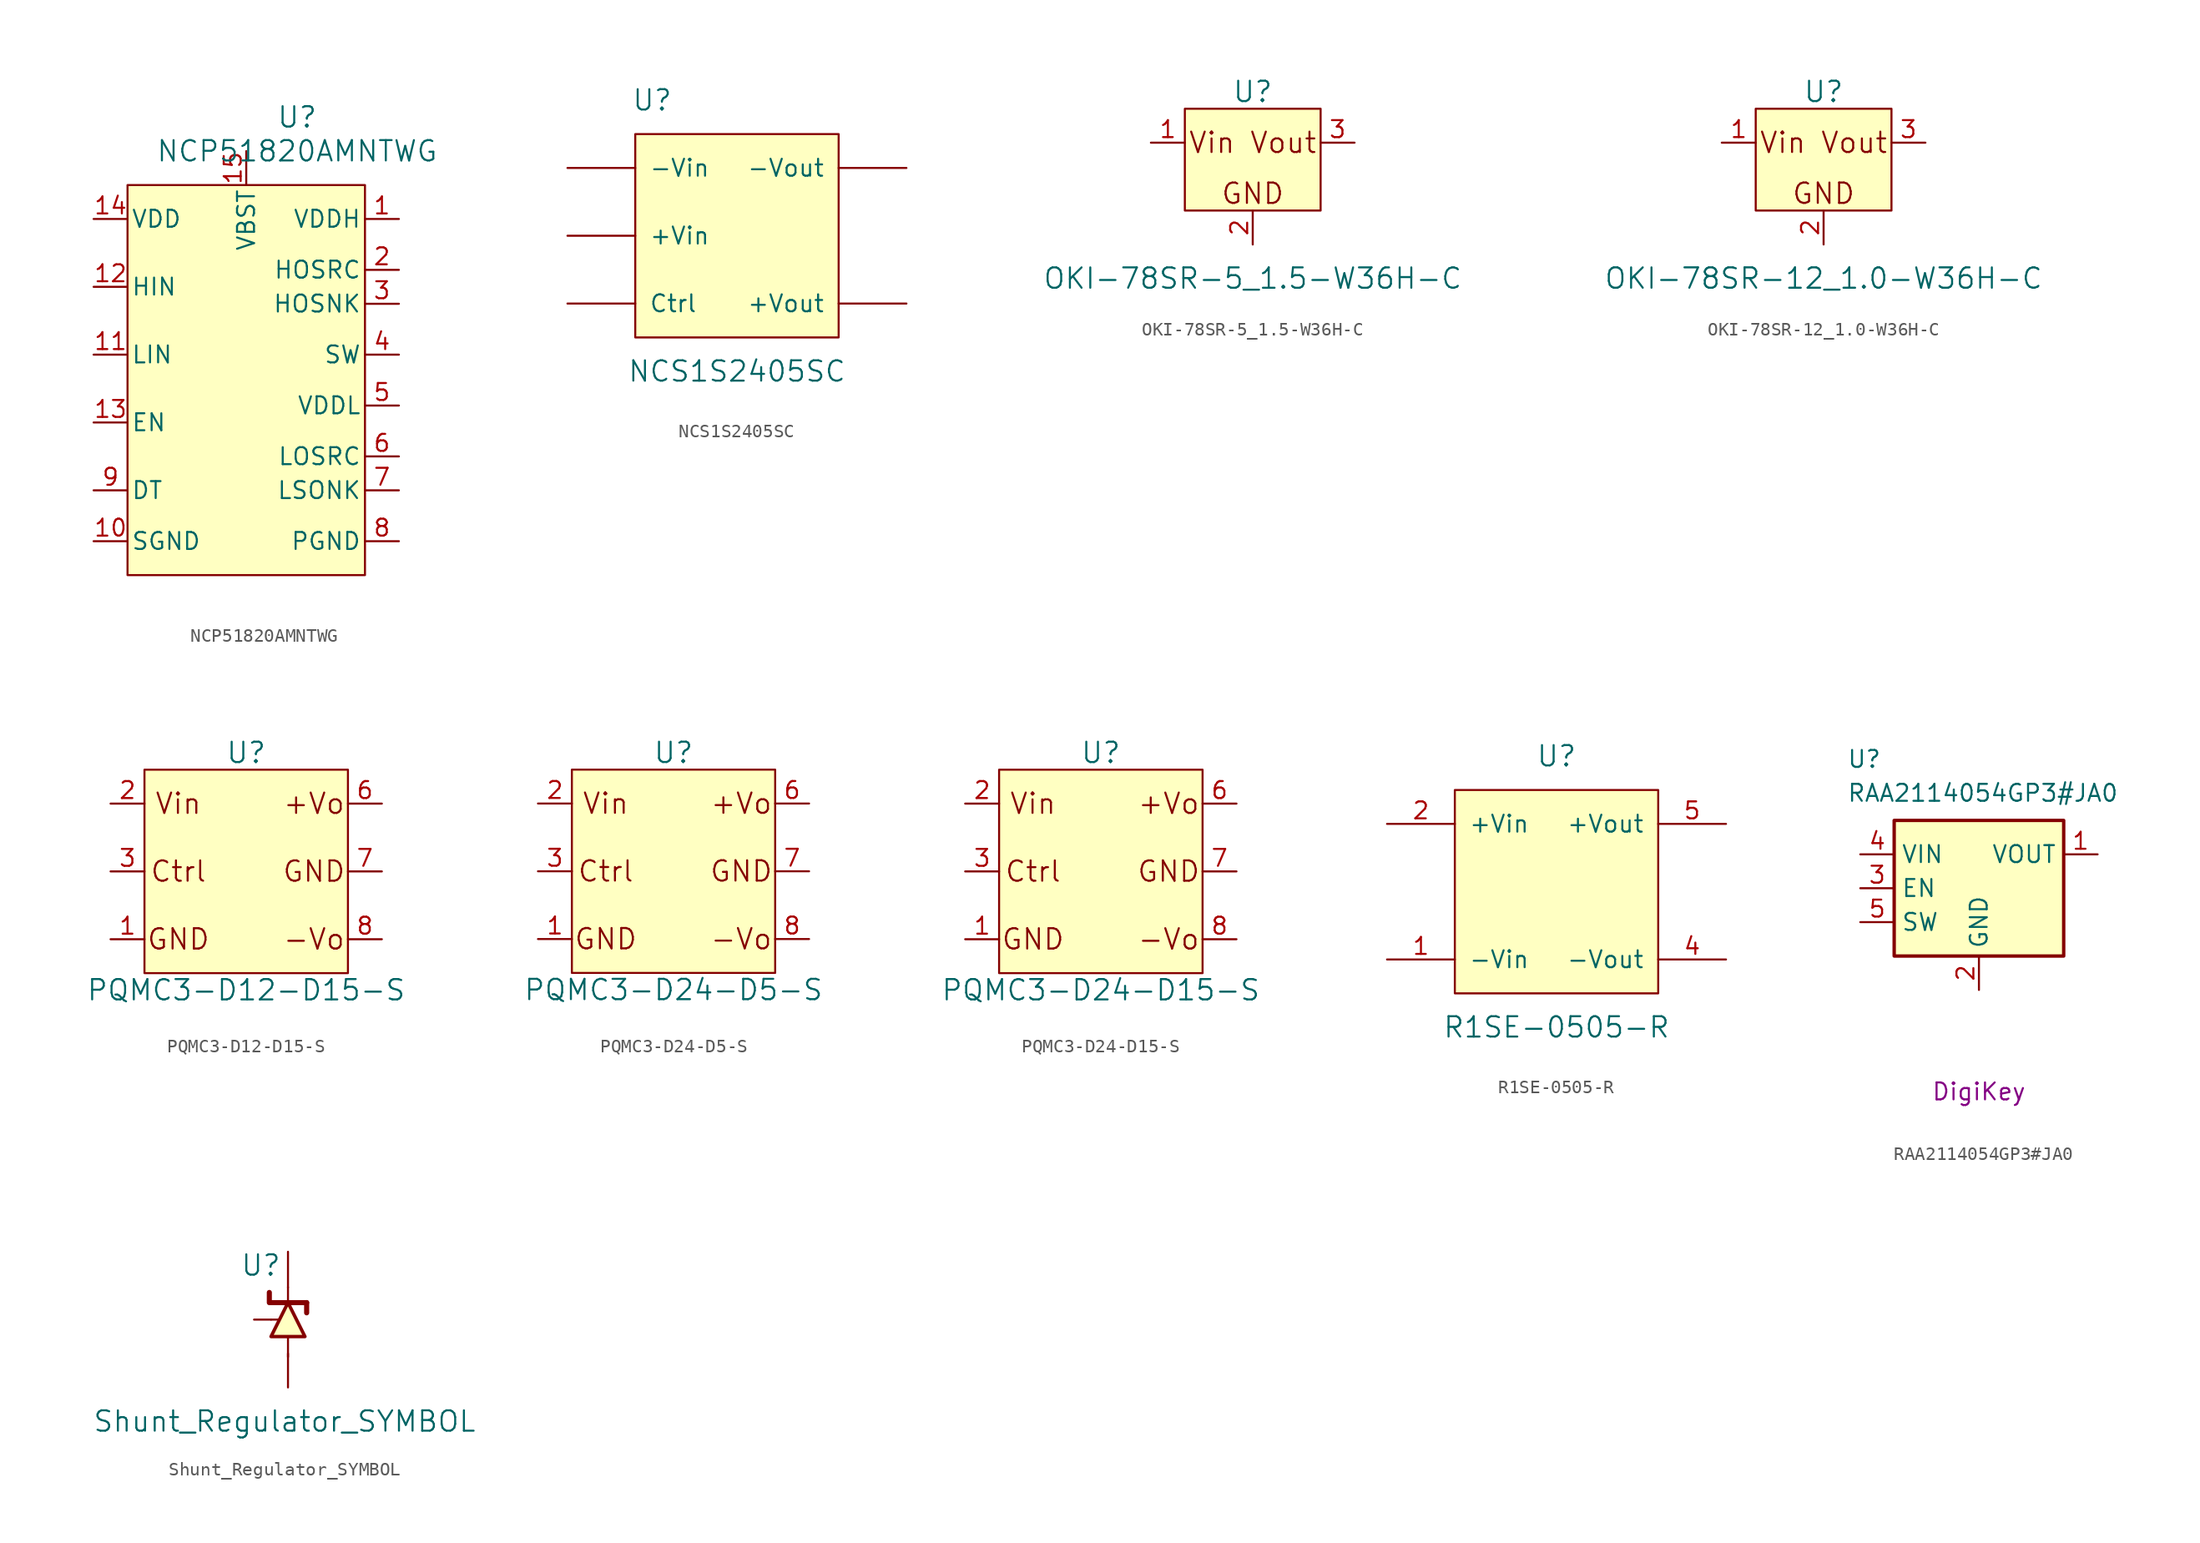
<source format=kicad_sym>
(kicad_symbol_lib
  (version 20241209)
  (generator "kicad_symbol_editor")
  (generator_version "9.0")
  (symbol "NCP51820AMNTWG"
    (pin_names
      (offset 0.254))
    (property "Reference" "U"
      (at 20.32 10.16 0)
      (effects (font (size 1.524 1.524))))
    (property "Value" "NCP51820AMNTWG"
      (at 20.32 7.62 0)
      (effects (font (size 1.524 1.524))))
    (symbol "NCP51820AMNTWG_0_1"
      (pin power_in line (at 5.08 2.54 0) (length 2.54) (name "VDD" (effects (font (size 1.27 1.27)))) (number "14" (effects (font (size 1.27 1.27))))))
    (symbol "NCP51820AMNTWG_1_1"
      (rectangle (start 7.62 5.08) (end 25.4 -24.13) (stroke (width 0) (type default)) (fill (type background)))
      (pin input line (at 5.08 -2.54 0) (length 2.54) (name "HIN" (effects (font (size 1.27 1.27)))) (number "12" (effects (font (size 1.27 1.27)))))
      (pin input line (at 5.08 -7.62 0) (length 2.54) (name "LIN" (effects (font (size 1.27 1.27)))) (number "11" (effects (font (size 1.27 1.27)))))
      (pin input line (at 5.08 -12.7 0) (length 2.54) (name "EN" (effects (font (size 1.27 1.27)))) (number "13" (effects (font (size 1.27 1.27)))))
      (pin input line (at 5.08 -17.78 0) (length 2.54) (name "DT" (effects (font (size 1.27 1.27)))) (number "9" (effects (font (size 1.27 1.27)))))
      (pin power_in line (at 5.08 -21.59 0) (length 2.54) (name "SGND" (effects (font (size 1.27 1.27)))) (number "10" (effects (font (size 1.27 1.27)))))
      (pin passive line (at 16.51 7.62 270) (length 2.54) (name "VBST" (effects (font (size 1.27 1.27)))) (number "15" (effects (font (size 1.27 1.27)))))
      (pin power_out line (at 27.94 2.54 180) (length 2.54) (name "VDDH" (effects (font (size 1.27 1.27)))) (number "1" (effects (font (size 1.27 1.27)))))
      (pin output line (at 27.94 -1.27 180) (length 2.54) (name "HOSRC" (effects (font (size 1.27 1.27)))) (number "2" (effects (font (size 1.27 1.27)))))
      (pin input line (at 27.94 -3.81 180) (length 2.54) (name "HOSNK" (effects (font (size 1.27 1.27)))) (number "3" (effects (font (size 1.27 1.27)))))
      (pin passive line (at 27.94 -7.62 180) (length 2.54) (name "SW" (effects (font (size 1.27 1.27)))) (number "4" (effects (font (size 1.27 1.27)))))
      (pin power_out line (at 27.94 -11.43 180) (length 2.54) (name "VDDL" (effects (font (size 1.27 1.27)))) (number "5" (effects (font (size 1.27 1.27)))))
      (pin output line (at 27.94 -15.24 180) (length 2.54) (name "LOSRC" (effects (font (size 1.27 1.27)))) (number "6" (effects (font (size 1.27 1.27)))))
      (pin input line (at 27.94 -17.78 180) (length 2.54) (name "LSONK" (effects (font (size 1.27 1.27)))) (number "7" (effects (font (size 1.27 1.27)))))
      (pin power_in line (at 27.94 -21.59 180) (length 2.54) (name "PGND" (effects (font (size 1.27 1.27)))) (number "8" (effects (font (size 1.27 1.27)))))))
  (symbol "NCS1S2405SC"
    (pin_numbers
      (hide yes))
    (pin_names
      (offset 1.016))
    (property "Reference" "U"
      (at -6.35 10.16 0)
      (effects (font (size 1.524 1.524))))
    (property "Value" "NCS1S2405SC"
      (at 0 -10.16 0)
      (effects (font (size 1.524 1.524))))
    (symbol "NCS1S2405SC_0_1"
      (rectangle (start -7.62 7.62) (end 7.62 -7.62) (stroke (width 0) (type default)) (fill (type background))))
    (symbol "NCS1S2405SC_1_1"
      (pin input line (at -12.7 5.08 0) (length 5.08) (name "-Vin" (effects (font (size 1.27 1.27)))) (number "1" (effects (font (size 1.27 1.27)))))
      (pin input line (at -12.7 0 0) (length 5.08) (name "+Vin" (effects (font (size 1.27 1.27)))) (number "2" (effects (font (size 1.27 1.27)))))
      (pin passive line (at -12.7 -5.08 0) (length 5.08) (name "Ctrl" (effects (font (size 1.27 1.27)))) (number "3" (effects (font (size 1.27 1.27)))))
      (pin input line (at 12.7 5.08 180) (length 5.08) (name "-Vout" (effects (font (size 1.27 1.27)))) (number "7" (effects (font (size 1.27 1.27)))))
      (pin input line (at 12.7 -5.08 180) (length 5.08) (name "+Vout" (effects (font (size 1.27 1.27)))) (number "6" (effects (font (size 1.27 1.27)))))))
  (symbol "OKI-78SR-5_1.5-W36H-C"
    (pin_names
      (offset 0)
      (hide yes))
    (property "Reference" "U"
      (at 0 3.81 0)
      (effects (font (size 1.524 1.524))))
    (property "Value" "OKI-78SR-5_1.5-W36H-C"
      (at 0 -10.16 0)
      (effects (font (size 1.524 1.524))))
    (symbol "OKI-78SR-5_1.5-W36H-C_0_0"
      (text "Vin" (at -3.048 0 0) (effects (font (size 1.524 1.524))))
      (text "GND" (at 0 -3.81 0) (effects (font (size 1.524 1.524))))
      (text "Vout" (at 2.286 0 0) (effects (font (size 1.524 1.524)))))
    (symbol "OKI-78SR-5_1.5-W36H-C_0_1"
      (rectangle (start -5.08 2.54) (end 5.08 -5.08) (stroke (width 0) (type default)) (fill (type background))))
    (symbol "OKI-78SR-5_1.5-W36H-C_1_1"
      (pin power_in line (at -7.62 0 0) (length 2.54) (name "Vin" (effects (font (size 1.27 1.27)))) (number "1" (effects (font (size 1.27 1.27)))))
      (pin power_in line (at 0 -7.62 90) (length 2.54) (name "GND" (effects (font (size 1.27 1.27)))) (number "2" (effects (font (size 1.27 1.27)))))
      (pin power_out line (at 7.62 0 180) (length 2.54) (name "Vout" (effects (font (size 1.27 1.27)))) (number "3" (effects (font (size 1.27 1.27)))))))
  (symbol "OKI-78SR-12_1.0-W36H-C"
    (pin_names
      (offset 0)
      (hide yes))
    (property "Reference" "U"
      (at 0 3.81 0)
      (effects (font (size 1.524 1.524))))
    (property "Value" "OKI-78SR-12_1.0-W36H-C"
      (at 0 -10.16 0)
      (effects (font (size 1.524 1.524))))
    (symbol "OKI-78SR-12_1.0-W36H-C_0_0"
      (text "Vin" (at -3.048 0 0) (effects (font (size 1.524 1.524))))
      (text "GND" (at 0 -3.81 0) (effects (font (size 1.524 1.524))))
      (text "Vout" (at 2.286 0 0) (effects (font (size 1.524 1.524)))))
    (symbol "OKI-78SR-12_1.0-W36H-C_0_1"
      (rectangle (start -5.08 -5.08) (end 5.08 2.54) (stroke (width 0) (type default)) (fill (type background))))
    (symbol "OKI-78SR-12_1.0-W36H-C_1_1"
      (pin input line (at -7.62 0 0) (length 2.54) (name "Vin" (effects (font (size 1.27 1.27)))) (number "1" (effects (font (size 1.27 1.27)))))
      (pin input line (at 0 -7.62 90) (length 2.54) (name "GND" (effects (font (size 1.27 1.27)))) (number "2" (effects (font (size 1.27 1.27)))))
      (pin input line (at 7.62 0 180) (length 2.54) (name "Vout" (effects (font (size 1.27 1.27)))) (number "3" (effects (font (size 1.27 1.27)))))))
  (symbol "PQMC3-D12-D15-S"
    (pin_names
      (offset 0)
      (hide yes))
    (property "Reference" "U"
      (at 0 8.89 0)
      (effects (font (size 1.524 1.524))))
    (property "Value" "PQMC3-D12-D15-S"
      (at 0 -8.89 0)
      (effects (font (size 1.524 1.524))))
    (symbol "PQMC3-D12-D15-S_0_0"
      (rectangle (start -7.62 7.62) (end 7.62 -7.62) (stroke (width 0) (type default)) (fill (type background)))
      (text "Vin" (at -5.08 5.08 0) (effects (font (size 1.524 1.524))))
      (text "Ctrl" (at -5.08 0 0) (effects (font (size 1.524 1.524))))
      (text "GND" (at -5.08 -5.08 0) (effects (font (size 1.524 1.524))))
      (text "+Vo" (at 5.08 5.08 0) (effects (font (size 1.524 1.524))))
      (text "GND" (at 5.08 0 0) (effects (font (size 1.524 1.524))))
      (text "-Vo" (at 5.08 -5.08 0) (effects (font (size 1.524 1.524)))))
    (symbol "PQMC3-D12-D15-S_1_1"
      (pin input line (at -10.16 5.08 0) (length 2.54) (name "Vin" (effects (font (size 1.27 1.27)))) (number "2" (effects (font (size 1.27 1.27)))))
      (pin input line (at -10.16 0 0) (length 2.54) (name "Ctrl" (effects (font (size 1.27 1.27)))) (number "3" (effects (font (size 1.27 1.27)))))
      (pin input line (at -10.16 -5.08 0) (length 2.54) (name "GND_in" (effects (font (size 1.27 1.27)))) (number "1" (effects (font (size 1.27 1.27)))))
      (pin input line (at 10.16 5.08 180) (length 2.54) (name "VOP" (effects (font (size 1.27 1.27)))) (number "6" (effects (font (size 1.27 1.27)))))
      (pin input line (at 10.16 0 180) (length 2.54) (name "GND_out" (effects (font (size 1.27 1.27)))) (number "7" (effects (font (size 1.27 1.27)))))
      (pin input line (at 10.16 -5.08 180) (length 2.54) (name "VON" (effects (font (size 1.27 1.27)))) (number "8" (effects (font (size 1.27 1.27)))))))
  (symbol "PQMC3-D24-D5-S"
    (pin_names
      (offset 0)
      (hide yes))
    (property "Reference" "U"
      (at 0 8.89 0)
      (effects (font (size 1.524 1.524))))
    (property "Value" "PQMC3-D24-D5-S"
      (at 0 -8.89 0)
      (effects (font (size 1.524 1.524))))
    (symbol "PQMC3-D24-D5-S_0_0"
      (rectangle (start -7.62 7.62) (end 7.62 -7.62) (stroke (width 0) (type default)) (fill (type background)))
      (text "Vin" (at -5.08 5.08 0) (effects (font (size 1.524 1.524))))
      (text "Ctrl" (at -5.08 0 0) (effects (font (size 1.524 1.524))))
      (text "GND" (at -5.08 -5.08 0) (effects (font (size 1.524 1.524))))
      (text "+Vo" (at 5.08 5.08 0) (effects (font (size 1.524 1.524))))
      (text "GND" (at 5.08 0 0) (effects (font (size 1.524 1.524))))
      (text "-Vo" (at 5.08 -5.08 0) (effects (font (size 1.524 1.524)))))
    (symbol "PQMC3-D24-D5-S_1_1"
      (pin input line (at -10.16 5.08 0) (length 2.54) (name "Vin" (effects (font (size 1.27 1.27)))) (number "2" (effects (font (size 1.27 1.27)))))
      (pin input line (at -10.16 0 0) (length 2.54) (name "Ctrl" (effects (font (size 1.27 1.27)))) (number "3" (effects (font (size 1.27 1.27)))))
      (pin input line (at -10.16 -5.08 0) (length 2.54) (name "GND_in" (effects (font (size 1.27 1.27)))) (number "1" (effects (font (size 1.27 1.27)))))
      (pin input line (at 10.16 5.08 180) (length 2.54) (name "VOP" (effects (font (size 1.27 1.27)))) (number "6" (effects (font (size 1.27 1.27)))))
      (pin input line (at 10.16 0 180) (length 2.54) (name "GND_out" (effects (font (size 1.27 1.27)))) (number "7" (effects (font (size 1.27 1.27)))))
      (pin input line (at 10.16 -5.08 180) (length 2.54) (name "VON" (effects (font (size 1.27 1.27)))) (number "8" (effects (font (size 1.27 1.27)))))))
  (symbol "PQMC3-D24-D15-S"
    (pin_names
      (offset 0)
      (hide yes))
    (property "Reference" "U"
      (at 0 8.89 0)
      (effects (font (size 1.524 1.524))))
    (property "Value" "PQMC3-D24-D15-S"
      (at 0 -8.89 0)
      (effects (font (size 1.524 1.524))))
    (symbol "PQMC3-D24-D15-S_0_0"
      (rectangle (start -7.62 7.62) (end 7.62 -7.62) (stroke (width 0) (type default)) (fill (type background)))
      (text "Vin" (at -5.08 5.08 0) (effects (font (size 1.524 1.524))))
      (text "Ctrl" (at -5.08 0 0) (effects (font (size 1.524 1.524))))
      (text "GND" (at -5.08 -5.08 0) (effects (font (size 1.524 1.524))))
      (text "+Vo" (at 5.08 5.08 0) (effects (font (size 1.524 1.524))))
      (text "GND" (at 5.08 0 0) (effects (font (size 1.524 1.524))))
      (text "-Vo" (at 5.08 -5.08 0) (effects (font (size 1.524 1.524)))))
    (symbol "PQMC3-D24-D15-S_1_1"
      (pin input line (at -10.16 5.08 0) (length 2.54) (name "Vin" (effects (font (size 1.27 1.27)))) (number "2" (effects (font (size 1.27 1.27)))))
      (pin input line (at -10.16 0 0) (length 2.54) (name "Ctrl" (effects (font (size 1.27 1.27)))) (number "3" (effects (font (size 1.27 1.27)))))
      (pin input line (at -10.16 -5.08 0) (length 2.54) (name "GND_in" (effects (font (size 1.27 1.27)))) (number "1" (effects (font (size 1.27 1.27)))))
      (pin input line (at 10.16 5.08 180) (length 2.54) (name "VOP" (effects (font (size 1.27 1.27)))) (number "6" (effects (font (size 1.27 1.27)))))
      (pin input line (at 10.16 0 180) (length 2.54) (name "GND_out" (effects (font (size 1.27 1.27)))) (number "7" (effects (font (size 1.27 1.27)))))
      (pin input line (at 10.16 -5.08 180) (length 2.54) (name "VON" (effects (font (size 1.27 1.27)))) (number "8" (effects (font (size 1.27 1.27)))))))
  (symbol "R1SE-0505-R"
    (pin_names
      (offset 1.016))
    (property "Reference" "U"
      (at 0 10.16 0)
      (effects (font (size 1.524 1.524))))
    (property "Value" "R1SE-0505-R"
      (at 0 -10.16 0)
      (effects (font (size 1.524 1.524))))
    (symbol "R1SE-0505-R_0_1"
      (rectangle (start -7.62 7.62) (end 7.62 -7.62) (stroke (width 0) (type default)) (fill (type background))))
    (symbol "R1SE-0505-R_1_1"
      (pin input line (at -12.7 5.08 0) (length 5.08) (name "+Vin" (effects (font (size 1.27 1.27)))) (number "2" (effects (font (size 1.27 1.27)))))
      (pin input line (at -12.7 -5.08 0) (length 5.08) (name "-Vin" (effects (font (size 1.27 1.27)))) (number "1" (effects (font (size 1.27 1.27)))))
      (pin input line (at 12.7 5.08 180) (length 5.08) (name "+Vout" (effects (font (size 1.27 1.27)))) (number "5" (effects (font (size 1.27 1.27)))))
      (pin input line (at 12.7 -5.08 180) (length 5.08) (name "-Vout" (effects (font (size 1.27 1.27)))) (number "4" (effects (font (size 1.27 1.27)))))))
  (symbol "RAA2114054GP3#JA0"
    (property "Reference" "U"
      (at -9.906 10.414 0)
      (effects (font (size 1.27 1.27)) (justify left top)))
    (property "Value" "RAA2114054GP3#JA0"
      (at -9.906 7.874 0)
      (effects (font (size 1.27 1.27)) (justify left top)))
    (property "Supplier" "DigiKey"
      (at 0 -15.24 0)
      (effects (font (size 1.27 1.27))))
    (symbol "RAA2114054GP3#JA0_1_1"
      (rectangle (start -6.35 5.08) (end 6.35 -5.08) (stroke (width 0.254) (type default)) (fill (type background)))
      (pin power_in line (at -8.89 2.54 0) (length 2.54) (name "VIN" (effects (font (size 1.27 1.27)))) (number "4" (effects (font (size 1.27 1.27)))))
      (pin passive line (at -8.89 0 0) (length 2.54) (name "EN" (effects (font (size 1.27 1.27)))) (number "3" (effects (font (size 1.27 1.27)))))
      (pin passive line (at -8.89 -2.54 0) (length 2.54) (name "SW" (effects (font (size 1.27 1.27)))) (number "5" (effects (font (size 1.27 1.27)))))
      (pin power_in line (at 0 -7.62 90) (length 2.54) (name "GND" (effects (font (size 1.27 1.27)))) (number "2" (effects (font (size 1.27 1.27)))))
      (pin power_out line (at 8.89 2.54 180) (length 2.54) (name "VOUT" (effects (font (size 1.27 1.27)))) (number "1" (effects (font (size 1.27 1.27)))))))
  (symbol "Shunt_Regulator_SYMBOL"
    (pin_numbers
      (hide yes))
    (pin_names
      (offset 0)
      (hide yes))
    (property "Reference" "U"
      (at -2.032 4.064 0)
      (effects (font (size 1.524 1.524))))
    (property "Value" "Shunt_Regulator_SYMBOL"
      (at -0.254 -7.62 0)
      (effects (font (size 1.524 1.524))))
    (symbol "Shunt_Regulator_SYMBOL_0_1"
      (polyline (pts (xy -1.27 0) (xy -0.635 0)) (stroke (width 0) (type default)) (fill (type none)))
      (polyline (pts (xy -1.27 -1.27) (xy 1.27 -1.27) (xy 0 1.27) (xy -1.27 -1.27)) (stroke (width 0.254) (type default)) (fill (type background)))
      (polyline (pts (xy 0 2.413) (xy 0 1.27)) (stroke (width 0) (type default)) (fill (type none)))
      (polyline (pts (xy 0 -2.794) (xy 0 -1.27)) (stroke (width 0) (type default)) (fill (type none)))
      (polyline (pts (xy 1.397 1.27) (xy 1.397 0.508)) (stroke (width 0.381) (type default)) (fill (type none)))
      (polyline (pts (xy 1.397 1.27) (xy -1.397 1.27) (xy -1.397 2.032)) (stroke (width 0.381) (type default)) (fill (type none))))
    (symbol "Shunt_Regulator_SYMBOL_1_1"
      (pin input line (at -2.54 0 0) (length 1.27) (name "Vref" (effects (font (size 1.27 1.27)))) (number "~" (effects (font (size 1.27 1.27)))))
      (pin input line (at 0 5.08 270) (length 2.667) (name "Cathode" (effects (font (size 1.27 1.27)))) (number "1" (effects (font (size 1.27 1.27)))))
      (pin input line (at 0 -5.08 90) (length 2.54) (name "Anode" (effects (font (size 1.27 1.27)))) (number "2" (effects (font (size 1.27 1.27))))))))
</source>
